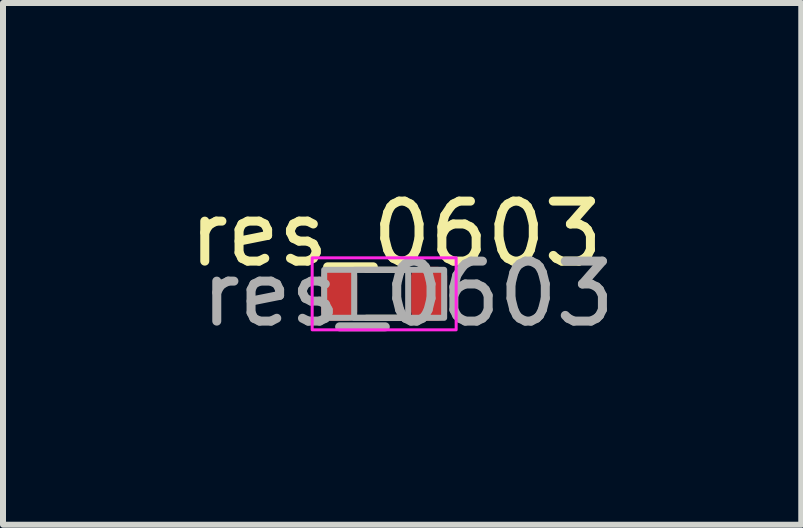
<source format=kicad_pcb>
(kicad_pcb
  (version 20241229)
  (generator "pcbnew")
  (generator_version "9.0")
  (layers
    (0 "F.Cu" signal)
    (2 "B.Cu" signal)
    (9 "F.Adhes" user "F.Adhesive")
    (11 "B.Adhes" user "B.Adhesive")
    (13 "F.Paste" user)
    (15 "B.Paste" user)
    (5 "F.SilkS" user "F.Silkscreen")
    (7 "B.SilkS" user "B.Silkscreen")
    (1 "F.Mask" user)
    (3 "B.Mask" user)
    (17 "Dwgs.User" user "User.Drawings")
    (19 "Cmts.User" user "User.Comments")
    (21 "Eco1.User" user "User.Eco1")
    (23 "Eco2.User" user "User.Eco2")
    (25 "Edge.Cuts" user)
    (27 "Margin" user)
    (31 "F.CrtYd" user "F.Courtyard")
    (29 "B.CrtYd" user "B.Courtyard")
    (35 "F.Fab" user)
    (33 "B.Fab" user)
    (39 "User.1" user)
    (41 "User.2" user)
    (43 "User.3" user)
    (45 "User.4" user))
  (footprint "res_0603"
    (layer "F.Cu")
    (at 3.354 1.848)
    (property "Reference" "res_0603" (at 0.2 -1 0) (unlocked yes) (layer "F.SilkS") (effects (font (size 1 1) (thickness 0.15))))
    (attr smd)
    (fp_line (start -0.3 -0.4) (end 0.3 -0.4) (stroke (width 0.1) (type default)) (layer "F.SilkS"))
    (fp_line (start -0.3 0.4) (end 0.3 0.4) (stroke (width 0.1) (type default)) (layer "F.SilkS"))
    (fp_rect (start -1.2 -0.6) (end 1.2 0.6) (stroke (width 0.05) (type default)) (fill no) (layer "F.CrtYd"))
    (fp_rect (start -1 -0.4) (end 1 0.4) (stroke (width 0.1) (type default)) (fill no) (layer "F.Fab"))
    (fp_rect (start -0.5 -0.4) (end 0.4 0.4) (stroke (width 0.1) (type default)) (fill no) (layer "F.Fab"))
    (fp_text user "${REFERENCE}" (at 0.4 0 0) (unlocked yes) (layer "F.Fab") (effects (font (size 1 1) (thickness 0.15))))
    (pad "1" smd roundrect (at -0.75 0) (size 0.6 0.9) (layers "F.Cu" "F.Mask" "F.Paste") (roundrect_rratio 0.25))
    (pad "2" smd roundrect (at 0.75 0) (size 0.6 0.9) (layers "F.Cu" "F.Mask" "F.Paste") (roundrect_rratio 0.25)))
  (gr_rect
    (start -3 -3)
    (end 10.307 5.697)
    (stroke (width 0.1) (type default))
    (fill no)
    (layer "Edge.Cuts")))
</source>
